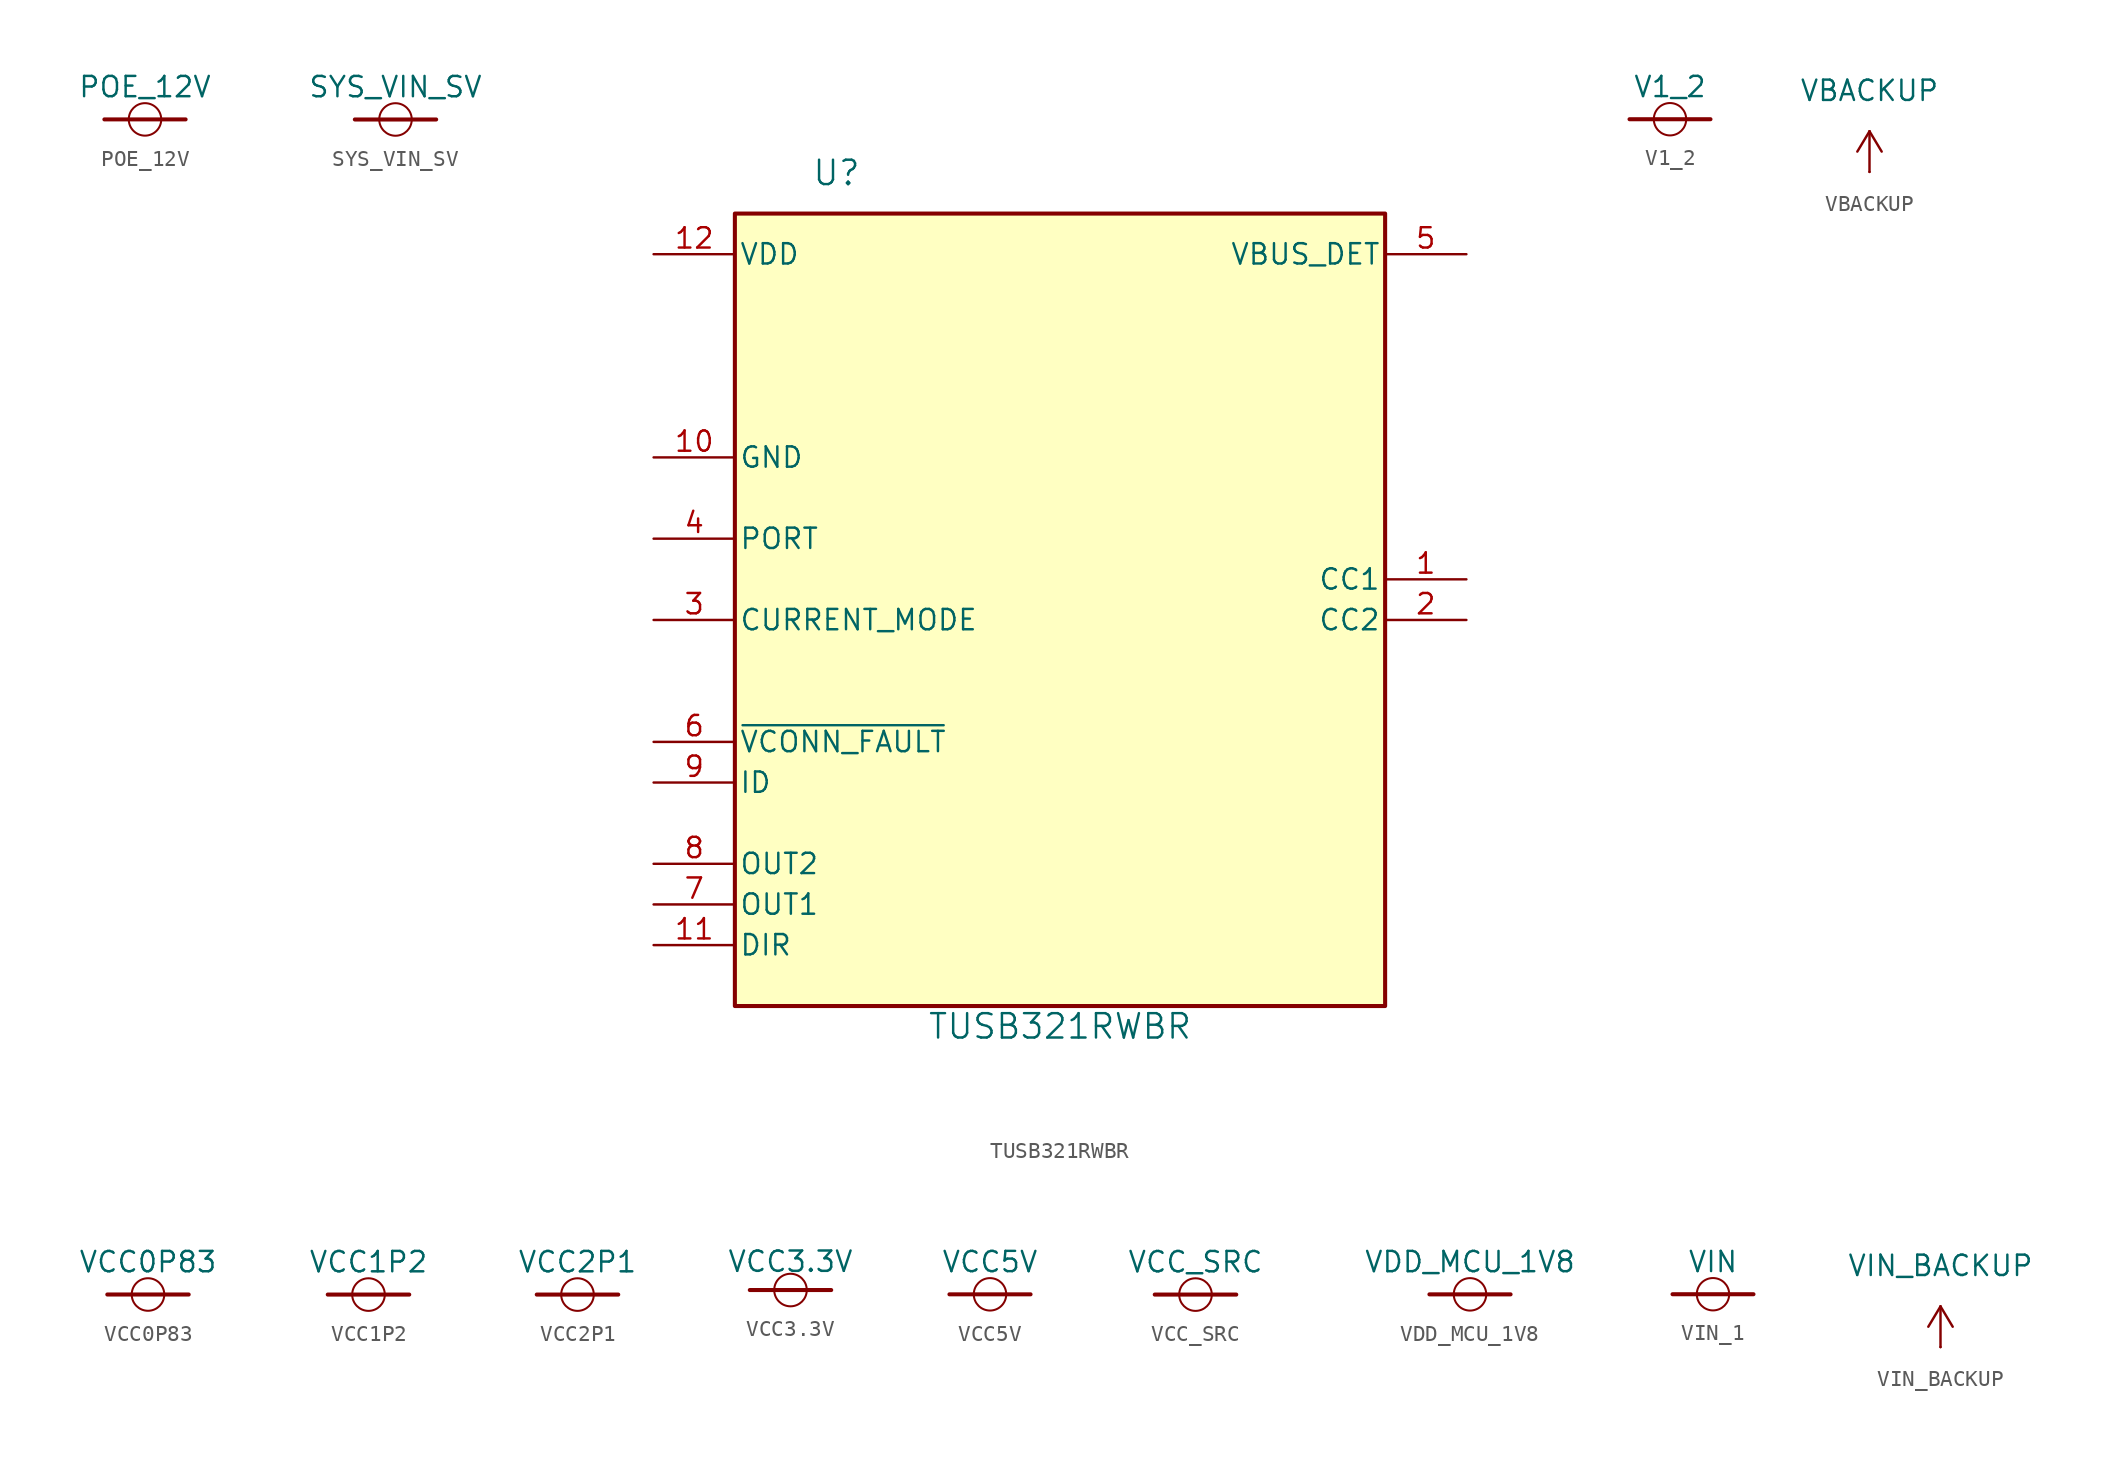
<source format=kicad_sym>
(kicad_symbol_lib
  (version 20231120)
  (generator "kicad_symbol_editor")
  (generator_version "8.0")
  (symbol "POE_12V"
    (power)
    (pin_numbers hide)
    (pin_names
      (offset 0) hide)
    (property "Reference" "#PWR"
      (at 0 0 0)
      (effects (font (size 1.27 1.27)) (hide yes)))
    (property "Value" "POE_12V"
      (at 0 2.032 0)
      (effects (font (size 1.27 1.27))))
    (symbol "POE_12V_1_0"
      (arc (start -1.016 0) (mid 0 -1.0116) (end 1.016 0) (stroke (width 0.127) (type solid)) (fill (type none)))
      (polyline (pts (xy 2.54 0) (xy -2.54 0)) (stroke (width 0.254) (type solid)) (fill (type none)))
      (arc (start 1.016 0) (mid 0 1.0116) (end -1.016 0) (stroke (width 0.127) (type solid)) (fill (type none)))
      (pin power_in line (at 0 0 90) (length 0) hide (name "~" (effects (font (size 1.206 1.206)))) (number "1" (effects (font (size 1.206 1.206)))))))
  (symbol "SYS_VIN_SV"
    (power)
    (pin_numbers hide)
    (pin_names
      (offset 0) hide)
    (property "Reference" "#PWR"
      (at 0 0 0)
      (effects (font (size 1.27 1.27)) (hide yes)))
    (property "Value" "SYS_VIN_SV"
      (at 0 2.032 0)
      (effects (font (size 1.27 1.27))))
    (symbol "SYS_VIN_SV_1_0"
      (arc (start -1.016 0) (mid 0 -1.0116) (end 1.016 0) (stroke (width 0.127) (type solid)) (fill (type none)))
      (polyline (pts (xy 2.54 0) (xy -2.54 0)) (stroke (width 0.254) (type solid)) (fill (type none)))
      (arc (start 1.016 0) (mid 0 1.0116) (end -1.016 0) (stroke (width 0.127) (type solid)) (fill (type none)))
      (pin power_in line (at 0 0 90) (length 0) hide (name "~" (effects (font (size 1.206 1.206)))) (number "1" (effects (font (size 1.206 1.206)))))))
  (symbol "TUSB321RWBR"
    (pin_names
      (offset 0.254))
    (property "Reference" "U"
      (at 11.43 48.26 0)
      (effects (font (size 1.524 1.524))))
    (property "Value" "TUSB321RWBR"
      (at 25.4 -5.08 0)
      (effects (font (size 1.524 1.524))))
    (symbol "TUSB321RWBR_0_1"
      (pin bidirectional line (at 50.8 22.86 180) (length 5.08) (name "CC1" (effects (font (size 1.27 1.27)))) (number "1" (effects (font (size 1.27 1.27)))))
      (pin power_in line (at 0 30.48 0) (length 5.08) (name "GND" (effects (font (size 1.27 1.27)))) (number "10" (effects (font (size 1.27 1.27)))))
      (pin open_collector line (at 0 0 0) (length 5.08) (name "DIR" (effects (font (size 1.27 1.27)))) (number "11" (effects (font (size 1.27 1.27)))))
      (pin power_in line (at 0 43.18 0) (length 5.08) (name "VDD" (effects (font (size 1.27 1.27)))) (number "12" (effects (font (size 1.27 1.27)))))
      (pin bidirectional line (at 50.8 20.32 180) (length 5.08) (name "CC2" (effects (font (size 1.27 1.27)))) (number "2" (effects (font (size 1.27 1.27)))))
      (pin input line (at 0 20.32 0) (length 5.08) (name "CURRENT_MODE" (effects (font (size 1.27 1.27)))) (number "3" (effects (font (size 1.27 1.27)))))
      (pin input line (at 0 25.4 0) (length 5.08) (name "PORT" (effects (font (size 1.27 1.27)))) (number "4" (effects (font (size 1.27 1.27)))))
      (pin input line (at 50.8 43.18 180) (length 5.08) (name "VBUS_DET" (effects (font (size 1.27 1.27)))) (number "5" (effects (font (size 1.27 1.27)))))
      (pin open_collector line (at 0 2.54 0) (length 5.08) (name "OUT1" (effects (font (size 1.27 1.27)))) (number "7" (effects (font (size 1.27 1.27)))))
      (pin open_collector line (at 0 5.08 0) (length 5.08) (name "OUT2" (effects (font (size 1.27 1.27)))) (number "8" (effects (font (size 1.27 1.27)))))
      (pin open_collector line (at 0 10.16 0) (length 5.08) (name "ID" (effects (font (size 1.27 1.27)))) (number "9" (effects (font (size 1.27 1.27))))))
    (symbol "TUSB321RWBR_1_1"
      (rectangle (start 5.08 45.72) (end 45.72 -3.81) (stroke (width 0.254) (type default)) (fill (type background)))
      (pin open_collector line (at 0 12.7 0) (length 5.08) (name "~{VCONN_FAULT}" (effects (font (size 1.27 1.27)))) (number "6" (effects (font (size 1.27 1.27)))))))
  (symbol "V1_2"
    (power)
    (pin_numbers hide)
    (pin_names
      (offset 0) hide)
    (property "Reference" "#PWR"
      (at 0 0 0)
      (effects (font (size 1.27 1.27)) (hide yes)))
    (property "Value" "V1_2"
      (at 0 2.032 0)
      (effects (font (size 1.27 1.27))))
    (symbol "V1_2_1_0"
      (arc (start -1.016 0) (mid 0 -1.0116) (end 1.016 0) (stroke (width 0.127) (type solid)) (fill (type none)))
      (polyline (pts (xy 2.54 0) (xy -2.54 0)) (stroke (width 0.254) (type solid)) (fill (type none)))
      (arc (start 1.016 0) (mid 0 1.0116) (end -1.016 0) (stroke (width 0.127) (type solid)) (fill (type none)))
      (pin power_in line (at 0 0 90) (length 0) hide (name "~" (effects (font (size 1.206 1.206)))) (number "1" (effects (font (size 1.206 1.206)))))))
  (symbol "VBACKUP"
    (power)
    (pin_numbers hide)
    (pin_names
      (offset 0) hide)
    (property "Reference" "#PWR0155"
      (at 0 -3.81 0)
      (effects (font (size 1.27 1.27)) (hide yes)))
    (property "Value" "VBACKUP"
      (at 0 5.08 0)
      (effects (font (size 1.27 1.27))))
    (symbol "VBACKUP_0_1"
      (polyline (pts (xy -0.762 1.27) (xy 0 2.54)) (stroke (width 0) (type default)) (fill (type none)))
      (polyline (pts (xy 0 0) (xy 0 2.54)) (stroke (width 0) (type default)) (fill (type none)))
      (polyline (pts (xy 0 2.54) (xy 0.762 1.27)) (stroke (width 0) (type default)) (fill (type none))))
    (symbol "VBACKUP_1_1"
      (pin power_in line (at 0 0 90) (length 0) (name "~" (effects (font (size 1.27 1.27)))) (number "1" (effects (font (size 1.27 1.27)))))))
  (symbol "VCC0P83"
    (power)
    (pin_numbers hide)
    (pin_names
      (offset 0) hide)
    (property "Reference" "#PWR"
      (at 0 0 0)
      (effects (font (size 1.27 1.27)) (hide yes)))
    (property "Value" "VCC0P83"
      (at 0 2.032 0)
      (effects (font (size 1.27 1.27))))
    (symbol "VCC0P83_1_0"
      (arc (start -1.016 0) (mid 0 -1.0116) (end 1.016 0) (stroke (width 0.127) (type solid)) (fill (type none)))
      (polyline (pts (xy 2.54 0) (xy -2.54 0)) (stroke (width 0.254) (type solid)) (fill (type none)))
      (arc (start 1.016 0) (mid 0 1.0116) (end -1.016 0) (stroke (width 0.127) (type solid)) (fill (type none)))
      (pin power_in line (at 0 0 90) (length 0) hide (name "~" (effects (font (size 1.206 1.206)))) (number "1" (effects (font (size 1.206 1.206)))))))
  (symbol "VCC1P2"
    (power)
    (pin_numbers hide)
    (pin_names
      (offset 0) hide)
    (property "Reference" "#PWR"
      (at 0 0 0)
      (effects (font (size 1.27 1.27)) (hide yes)))
    (property "Value" "VCC1P2"
      (at 0 2.032 0)
      (effects (font (size 1.27 1.27))))
    (symbol "VCC1P2_1_0"
      (arc (start -1.016 0) (mid 0 -1.0116) (end 1.016 0) (stroke (width 0.127) (type solid)) (fill (type none)))
      (polyline (pts (xy 2.54 0) (xy -2.54 0)) (stroke (width 0.254) (type solid)) (fill (type none)))
      (arc (start 1.016 0) (mid 0 1.0116) (end -1.016 0) (stroke (width 0.127) (type solid)) (fill (type none)))
      (pin power_in line (at 0 0 90) (length 0) hide (name "VCC1P2" (effects (font (size 1.206 1.206)))) (number "1" (effects (font (size 1.206 1.206)))))))
  (symbol "VCC2P1"
    (power)
    (pin_numbers hide)
    (pin_names
      (offset 0) hide)
    (property "Reference" "#PWR"
      (at 0 0 0)
      (effects (font (size 1.27 1.27)) (hide yes)))
    (property "Value" "VCC2P1"
      (at 0 2.032 0)
      (effects (font (size 1.27 1.27))))
    (symbol "VCC2P1_1_0"
      (arc (start -1.016 0) (mid 0 -1.0116) (end 1.016 0) (stroke (width 0.127) (type solid)) (fill (type none)))
      (polyline (pts (xy 2.54 0) (xy -2.54 0)) (stroke (width 0.254) (type solid)) (fill (type none)))
      (arc (start 1.016 0) (mid 0 1.0116) (end -1.016 0) (stroke (width 0.127) (type solid)) (fill (type none)))
      (pin power_in line (at 0 0 90) (length 0) hide (name "VCC2P1" (effects (font (size 1.206 1.206)))) (number "1" (effects (font (size 1.206 1.206)))))))
  (symbol "VCC3.3V"
    (power)
    (pin_numbers hide)
    (pin_names
      (offset 0) hide)
    (property "Reference" "#PWR"
      (at 0 0 0)
      (effects (font (size 1.27 1.27)) (hide yes)))
    (property "Value" "VCC3.3V"
      (at 0 1.778 0)
      (do_not_autoplace)
      (effects (font (size 1.27 1.27))))
    (symbol "VCC3.3V_1_0"
      (arc (start -1.016 0) (mid 0 -1.0116) (end 1.016 0) (stroke (width 0.127) (type solid)) (fill (type none)))
      (polyline (pts (xy 2.54 0) (xy -2.54 0)) (stroke (width 0.254) (type solid)) (fill (type none)))
      (arc (start 1.016 0) (mid 0 1.0116) (end -1.016 0) (stroke (width 0.127) (type solid)) (fill (type none)))
      (pin power_in line (at 0 0 90) (length 0) hide (name "~" (effects (font (size 1.206 1.206)))) (number "1" (effects (font (size 1.206 1.206)))))))
  (symbol "VCC5V"
    (power)
    (pin_numbers hide)
    (pin_names
      (offset 0) hide)
    (property "Reference" "#PWR"
      (at 0 0 0)
      (effects (font (size 1.27 1.27)) (hide yes)))
    (property "Value" "VCC5V"
      (at 0 2.032 0)
      (effects (font (size 1.27 1.27))))
    (symbol "VCC5V_1_0"
      (arc (start -1.016 0) (mid 0 -1.0116) (end 1.016 0) (stroke (width 0.127) (type solid)) (fill (type none)))
      (polyline (pts (xy 2.54 0) (xy -2.54 0)) (stroke (width 0.254) (type solid)) (fill (type none)))
      (arc (start 1.016 0) (mid 0 1.0116) (end -1.016 0) (stroke (width 0.127) (type solid)) (fill (type none)))
      (pin power_in line (at 0 0 90) (length 0) hide (name "~" (effects (font (size 1.206 1.206)))) (number "1" (effects (font (size 1.206 1.206)))))))
  (symbol "VCC_SRC"
    (power)
    (pin_numbers hide)
    (pin_names
      (offset 0) hide)
    (property "Reference" "#PWR"
      (at 0 0 0)
      (effects (font (size 1.27 1.27)) (hide yes)))
    (property "Value" "VCC_SRC"
      (at 0 2.032 0)
      (effects (font (size 1.27 1.27))))
    (symbol "VCC_SRC_1_0"
      (arc (start -1.016 0) (mid 0 -1.0116) (end 1.016 0) (stroke (width 0.127) (type solid)) (fill (type none)))
      (polyline (pts (xy 2.54 0) (xy -2.54 0)) (stroke (width 0.254) (type solid)) (fill (type none)))
      (arc (start 1.016 0) (mid 0 1.0116) (end -1.016 0) (stroke (width 0.127) (type solid)) (fill (type none)))
      (pin power_in line (at 0 0 90) (length 0) hide (name "~" (effects (font (size 1.206 1.206)))) (number "1" (effects (font (size 1.206 1.206)))))))
  (symbol "VDD_MCU_1V8"
    (power)
    (pin_numbers hide)
    (pin_names
      (offset 0) hide)
    (property "Reference" "#PWR"
      (at 0 0 0)
      (effects (font (size 1.27 1.27)) (hide yes)))
    (property "Value" "VDD_MCU_1V8"
      (at 0 2.032 0)
      (effects (font (size 1.27 1.27))))
    (symbol "VDD_MCU_1V8_1_0"
      (arc (start -1.016 0) (mid 0 -1.0116) (end 1.016 0) (stroke (width 0.127) (type solid)) (fill (type none)))
      (polyline (pts (xy 2.54 0) (xy -2.54 0)) (stroke (width 0.254) (type solid)) (fill (type none)))
      (arc (start 1.016 0) (mid 0 1.0116) (end -1.016 0) (stroke (width 0.127) (type solid)) (fill (type none)))
      (pin power_in line (at 0 0 90) (length 0) hide (name "~" (effects (font (size 1.206 1.206)))) (number "1" (effects (font (size 1.206 1.206)))))))
  (symbol "VIN_1"
    (power)
    (pin_numbers hide)
    (pin_names
      (offset 0) hide)
    (property "Reference" "#PWR"
      (at 0 0 0)
      (effects (font (size 1.27 1.27)) (hide yes)))
    (property "Value" "VIN"
      (at 0 2.032 0)
      (effects (font (size 1.27 1.27))))
    (symbol "VIN_1_1_0"
      (arc (start -1.016 0) (mid 0 -1.0116) (end 1.016 0) (stroke (width 0.127) (type solid)) (fill (type none)))
      (polyline (pts (xy 2.54 0) (xy -2.54 0)) (stroke (width 0.254) (type solid)) (fill (type none)))
      (arc (start 1.016 0) (mid 0 1.0116) (end -1.016 0) (stroke (width 0.127) (type solid)) (fill (type none)))
      (pin power_in line (at 0 0 90) (length 0) hide (name "~" (effects (font (size 1.206 1.206)))) (number "1" (effects (font (size 1.206 1.206)))))))
  (symbol "VIN_BACKUP"
    (power)
    (pin_numbers hide)
    (pin_names
      (offset 0) hide)
    (property "Reference" "#PWR05"
      (at 0 -3.81 0)
      (effects (font (size 1.27 1.27)) (hide yes)))
    (property "Value" "VIN_BACKUP"
      (at 0 5.08 0)
      (effects (font (size 1.27 1.27))))
    (symbol "VIN_BACKUP_0_1"
      (polyline (pts (xy -0.762 1.27) (xy 0 2.54)) (stroke (width 0) (type default)) (fill (type none)))
      (polyline (pts (xy 0 0) (xy 0 2.54)) (stroke (width 0) (type default)) (fill (type none)))
      (polyline (pts (xy 0 2.54) (xy 0.762 1.27)) (stroke (width 0) (type default)) (fill (type none))))
    (symbol "VIN_BACKUP_1_1"
      (pin power_in line (at 0 0 90) (length 0) (name "~" (effects (font (size 1.27 1.27)))) (number "1" (effects (font (size 1.27 1.27))))))))
</source>
